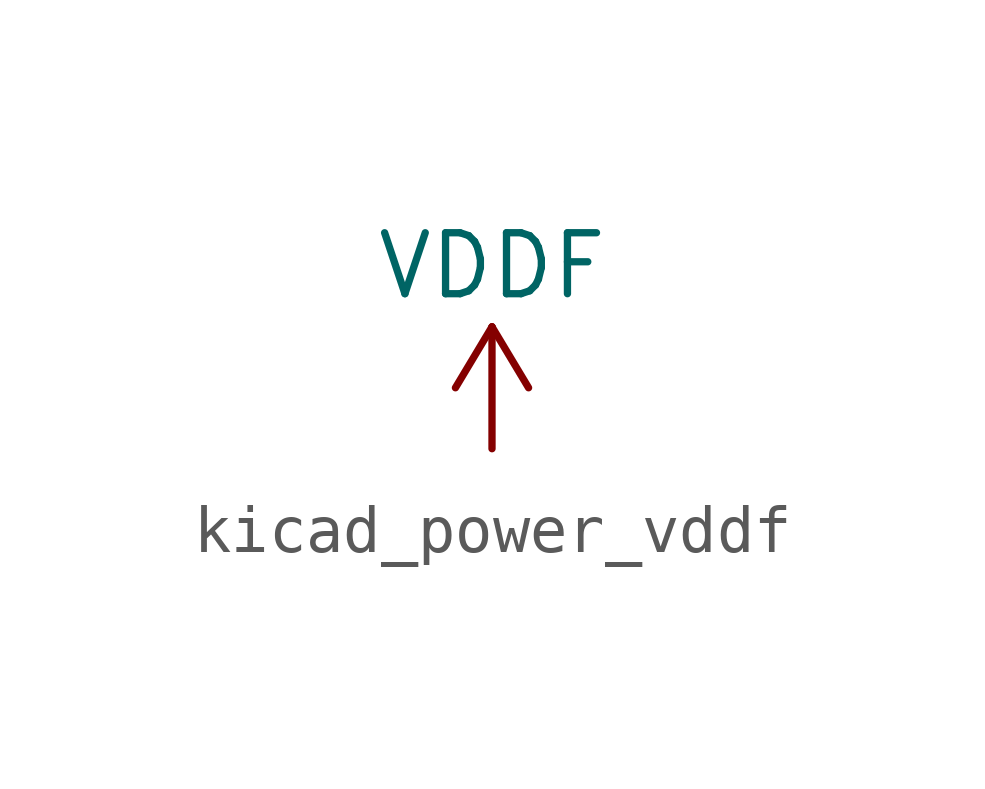
<source format=kicad_sym>
(kicad_symbol_lib
  (version 20220914)
  (generator kicad_symbol_editor)
  (symbol "kicad_power_vddf"
    (power)
    (pin_names
      (offset 0))
    (property "Reference" "#PWR"
      (at 0 -3.81 0)
      (effects (font (size 1.27 1.27)) hide))
    (property "Value" "VDDF"
      (at 0 3.81 0)
      (effects (font (size 1.27 1.27))))
    (symbol "kicad_power_vddf_0_1"
      (polyline (pts (xy -0.762 1.27) (xy 0 2.54)) (stroke (width 0) (type default)) (fill (type none)))
      (polyline (pts (xy 0 0) (xy 0 2.54)) (stroke (width 0) (type default)) (fill (type none)))
      (polyline (pts (xy 0 2.54) (xy 0.762 1.27)) (stroke (width 0) (type default)) (fill (type none))))
    (symbol "kicad_power_vddf_1_1"
      (pin power_in line (at 0 0 90) (length 0) hide (name "VDDF" (effects (font (size 1.27 1.27)))) (number "1" (effects (font (size 1.27 1.27))))))))
</source>
